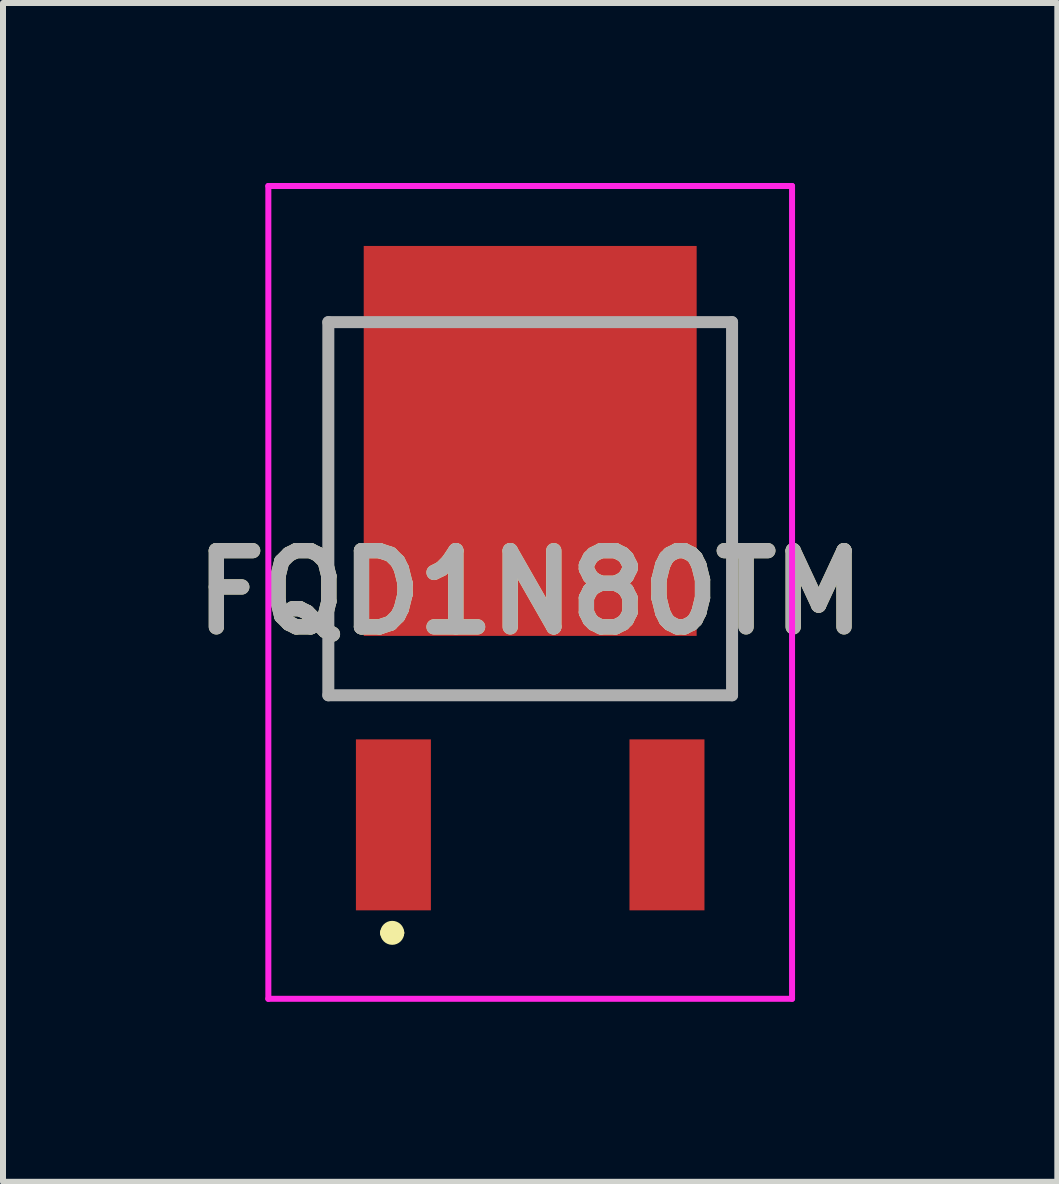
<source format=kicad_pcb>
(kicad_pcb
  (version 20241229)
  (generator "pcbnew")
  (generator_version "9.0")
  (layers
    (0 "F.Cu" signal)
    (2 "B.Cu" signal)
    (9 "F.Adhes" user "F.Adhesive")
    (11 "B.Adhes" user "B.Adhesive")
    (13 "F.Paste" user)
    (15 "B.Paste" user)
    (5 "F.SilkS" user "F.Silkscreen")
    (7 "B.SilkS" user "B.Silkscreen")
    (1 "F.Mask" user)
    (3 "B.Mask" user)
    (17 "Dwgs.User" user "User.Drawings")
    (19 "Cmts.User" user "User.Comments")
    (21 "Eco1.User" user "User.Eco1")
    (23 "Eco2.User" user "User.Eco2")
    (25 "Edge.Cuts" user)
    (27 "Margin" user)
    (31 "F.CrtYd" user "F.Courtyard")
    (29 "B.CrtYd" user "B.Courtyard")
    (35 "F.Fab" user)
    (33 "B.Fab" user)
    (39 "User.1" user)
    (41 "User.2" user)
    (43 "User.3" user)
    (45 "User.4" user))
  (footprint "FQD1N80TM"
    (layer "F.Cu")
    (at 5.788 4.3)
    (property "Reference" "FQD1N80TM" (at 0 2.525 0) (layer "F.SilkS") (effects (font (size 1.27 1.27) (thickness 0.254))))
    (attr smd)
    (fp_line (start -3.365 -1.98) (end -3.365 4.24) (stroke (width 0.1) (type solid)) (layer "F.SilkS"))
    (fp_line (start -3.365 4.24) (end 3.365 4.24) (stroke (width 0.1) (type solid)) (layer "F.SilkS"))
    (fp_line (start -2.4 8.2) (end -2.4 8.2) (stroke (width 0.2) (type solid)) (layer "F.SilkS"))
    (fp_line (start -2.2 8.2) (end -2.2 8.2) (stroke (width 0.2) (type solid)) (layer "F.SilkS"))
    (fp_line (start 3.365 4.24) (end 3.365 -1.98) (stroke (width 0.1) (type solid)) (layer "F.SilkS"))
    (fp_arc (start -2.4 8.2) (mid -2.3 8.1) (end -2.2 8.2) (stroke (width 0.2) (type solid)) (layer "F.SilkS"))
    (fp_arc (start -2.2 8.2) (mid -2.3 8.3) (end -2.4 8.2) (stroke (width 0.2) (type solid)) (layer "F.SilkS"))
    (fp_line (start -4.365 -4.25) (end 4.365 -4.25) (stroke (width 0.1) (type solid)) (layer "F.CrtYd"))
    (fp_line (start -4.365 9.3) (end -4.365 -4.25) (stroke (width 0.1) (type solid)) (layer "F.CrtYd"))
    (fp_line (start 4.365 -4.25) (end 4.365 9.3) (stroke (width 0.1) (type solid)) (layer "F.CrtYd"))
    (fp_line (start 4.365 9.3) (end -4.365 9.3) (stroke (width 0.1) (type solid)) (layer "F.CrtYd"))
    (fp_line (start -3.365 -1.98) (end 3.365 -1.98) (stroke (width 0.2) (type solid)) (layer "F.Fab"))
    (fp_line (start -3.365 4.24) (end -3.365 -1.98) (stroke (width 0.2) (type solid)) (layer "F.Fab"))
    (fp_line (start 3.365 -1.98) (end 3.365 4.24) (stroke (width 0.2) (type solid)) (layer "F.Fab"))
    (fp_line (start 3.365 4.24) (end -3.365 4.24) (stroke (width 0.2) (type solid)) (layer "F.Fab"))
    (fp_text user "${REFERENCE}" (at 0 2.525 0) (layer "F.Fab") (effects (font (size 1.27 1.27) (thickness 0.254))))
    (pad "1" smd rect (at -2.28 6.4) (size 1.25 2.85) (layers "F.Cu" "F.Mask" "F.Paste"))
    (pad "2" smd rect (at 0 0) (size 5.55 6.5) (layers "F.Cu" "F.Mask" "F.Paste"))
    (pad "3" smd rect (at 2.28 6.4) (size 1.25 2.85) (layers "F.Cu" "F.Mask" "F.Paste")))
  (gr_rect
    (start -3 -3)
    (end 14.575 16.65)
    (stroke (width 0.1) (type default))
    (fill no)
    (layer "Edge.Cuts")))
</source>
